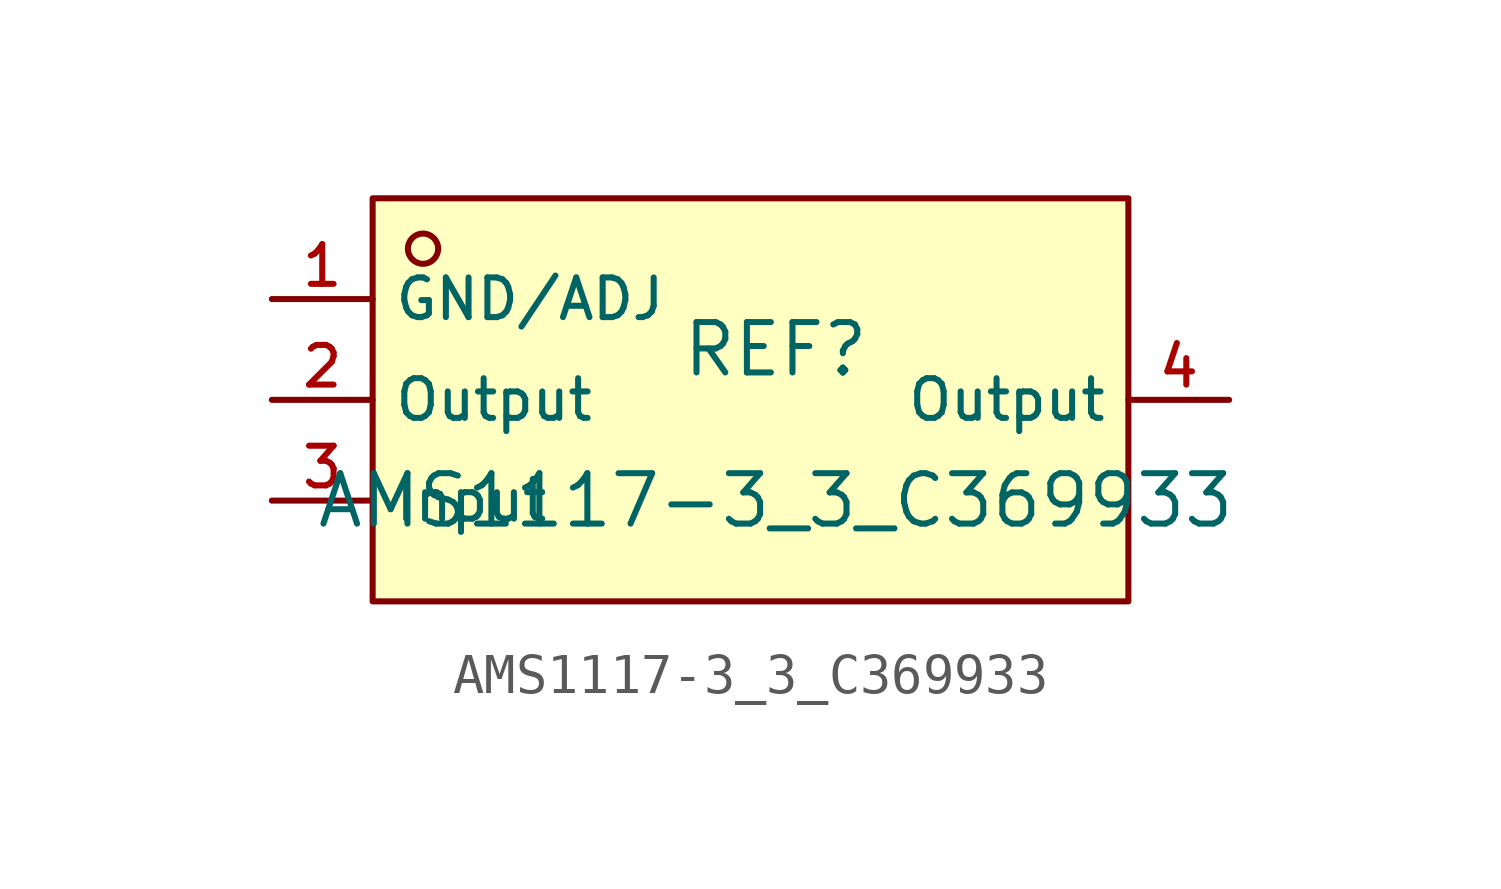
<source format=kicad_sym>
(kicad_symbol_lib
  (version 20210201)
  (generator TousstNicolas/JLC2KiCad_lib)
  (symbol "AMS1117-3_3_C369933"
    (property "Reference" "REF"
      (at 0 1.27 0)
      (effects (font (size 1.27 1.27))))
    (property "Value" "AMS1117-3_3_C369933"
      (at 0 -2.54 0)
      (effects (font (size 1.27 1.27))))
    (symbol "AMS1117-3_3_C369933_0_1"
      (rectangle (start -10.16 5.08) (end 8.89 -5.08) (stroke (width 0) (type default) (color 0 0 0 0)) (fill (type background)))
      (circle (center -8.89 3.81) (radius 0.381) (stroke (width 0) (type default) (color 0 0 0 0)) (fill (type background)))
      (pin unspecified line (at -12.7 2.54 0) (length 2.54) (name "GND/ADJ" (effects (font (size 1 1)))) (number "1" (effects (font (size 1 1)))))
      (pin unspecified line (at -12.7 -0.0 0) (length 2.54) (name "Output" (effects (font (size 1 1)))) (number "2" (effects (font (size 1 1)))))
      (pin unspecified line (at -12.7 -2.54 0) (length 2.54) (name "Input" (effects (font (size 1 1)))) (number "3" (effects (font (size 1 1)))))
      (pin unspecified line (at 11.43 -0.0 180) (length 2.54) (name "Output" (effects (font (size 1 1)))) (number "4" (effects (font (size 1 1))))))))
</source>
